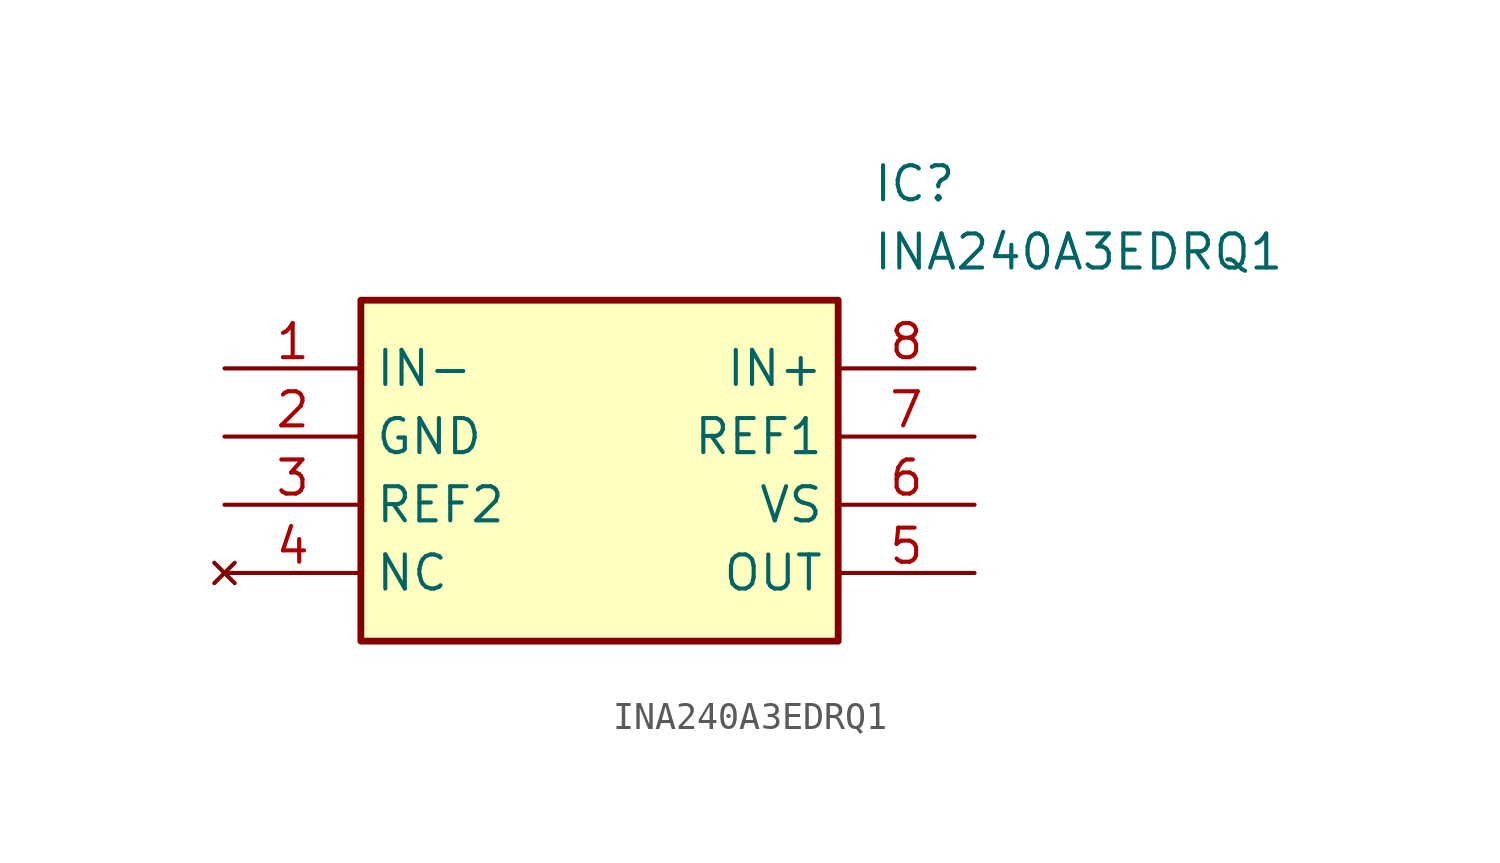
<source format=kicad_sym>
(kicad_symbol_lib
  (version 20211014)
  (generator SamacSys_ECAD_Model)
  (symbol "INA240A3EDRQ1"
    (property "Reference" "IC"
      (at 24.13 7.62 0)
      (effects (font (size 1.27 1.27)) (justify left top)))
    (property "Value" "INA240A3EDRQ1"
      (at 24.13 5.08 0)
      (effects (font (size 1.27 1.27)) (justify left top)))
    (rectangle
      (start 5.08 2.54)
      (end 22.86 -10.16)
      (stroke (width 0.254) (type default))
      (fill (type background)))
    (pin passive line
      (at 0 0 0)
      (length 5.08)
      (name "IN-" (effects (font (size 1.27 1.27))))
      (number "1" (effects (font (size 1.27 1.27)))))
    (pin passive line
      (at 0 -2.54 0)
      (length 5.08)
      (name "GND" (effects (font (size 1.27 1.27))))
      (number "2" (effects (font (size 1.27 1.27)))))
    (pin passive line
      (at 0 -5.08 0)
      (length 5.08)
      (name "REF2" (effects (font (size 1.27 1.27))))
      (number "3" (effects (font (size 1.27 1.27)))))
    (pin no_connect line
      (at 0 -7.62 0)
      (length 5.08)
      (name "NC" (effects (font (size 1.27 1.27))))
      (number "4" (effects (font (size 1.27 1.27)))))
    (pin passive line
      (at 27.94 0 180)
      (length 5.08)
      (name "IN+" (effects (font (size 1.27 1.27))))
      (number "8" (effects (font (size 1.27 1.27)))))
    (pin passive line
      (at 27.94 -2.54 180)
      (length 5.08)
      (name "REF1" (effects (font (size 1.27 1.27))))
      (number "7" (effects (font (size 1.27 1.27)))))
    (pin passive line
      (at 27.94 -5.08 180)
      (length 5.08)
      (name "VS" (effects (font (size 1.27 1.27))))
      (number "6" (effects (font (size 1.27 1.27)))))
    (pin passive line
      (at 27.94 -7.62 180)
      (length 5.08)
      (name "OUT" (effects (font (size 1.27 1.27))))
      (number "5" (effects (font (size 1.27 1.27)))))))
</source>
